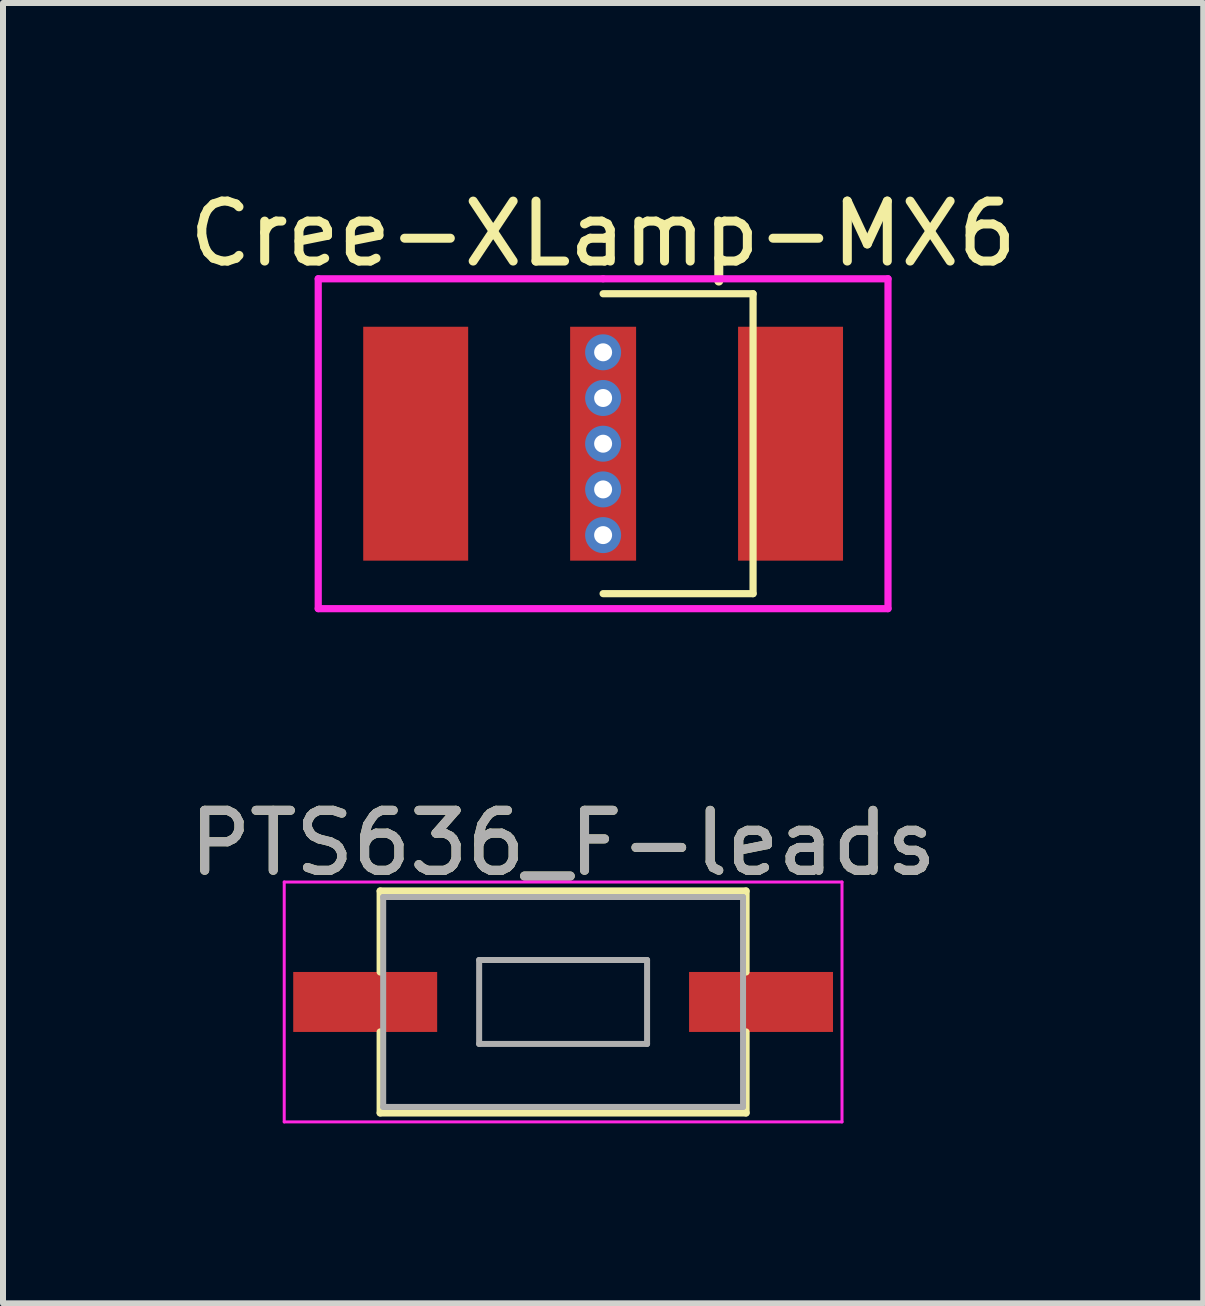
<source format=kicad_pcb>
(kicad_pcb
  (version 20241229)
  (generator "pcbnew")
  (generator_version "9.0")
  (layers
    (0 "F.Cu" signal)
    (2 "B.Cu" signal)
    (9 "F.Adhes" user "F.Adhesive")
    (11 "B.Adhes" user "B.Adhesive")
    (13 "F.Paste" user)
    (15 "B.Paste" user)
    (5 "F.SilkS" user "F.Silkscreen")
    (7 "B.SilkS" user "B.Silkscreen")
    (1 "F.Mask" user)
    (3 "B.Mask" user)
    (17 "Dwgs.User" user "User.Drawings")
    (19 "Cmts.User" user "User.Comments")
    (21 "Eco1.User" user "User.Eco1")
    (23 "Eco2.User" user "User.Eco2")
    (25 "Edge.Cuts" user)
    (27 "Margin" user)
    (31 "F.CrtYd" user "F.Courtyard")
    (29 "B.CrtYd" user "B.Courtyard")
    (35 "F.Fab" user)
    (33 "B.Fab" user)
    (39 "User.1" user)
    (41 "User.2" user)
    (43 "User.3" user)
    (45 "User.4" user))
  (footprint "Cree-XLamp-MX6"
    (layer "F.Cu")
    (at 7.006 4.348)
    (property "Reference" "Cree-XLamp-MX6" (at 0 -3.5 0) (layer "F.SilkS") (effects (font (size 1 1) (thickness 0.15))))
    (attr through_hole)
    (fp_line (start 2.5 -2.5) (end 0 -2.5) (stroke (width 0.12) (type solid)) (layer "F.SilkS"))
    (fp_line (start 2.5 -2.5) (end 2.5 2.5) (stroke (width 0.12) (type solid)) (layer "F.SilkS"))
    (fp_line (start 2.5 2.5) (end 0 2.5) (stroke (width 0.12) (type solid)) (layer "F.SilkS"))
    (fp_line (start -4.75 -2.75) (end 0 -2.75) (stroke (width 0.12) (type solid)) (layer "F.CrtYd"))
    (fp_line (start -4.75 2.75) (end -4.75 -2.75) (stroke (width 0.12) (type solid)) (layer "F.CrtYd"))
    (fp_line (start 0 -2.75) (end 4.75 -2.75) (stroke (width 0.12) (type solid)) (layer "F.CrtYd"))
    (fp_line (start 4.75 -2.75) (end 4.75 2.75) (stroke (width 0.12) (type solid)) (layer "F.CrtYd"))
    (fp_line (start 4.75 2.75) (end -4.75 2.75) (stroke (width 0.12) (type solid)) (layer "F.CrtYd"))
    (pad "1" smd rect (at 3.125 0) (size 1.75 3.9) (layers "F.Cu" "F.Mask" "F.Paste"))
    (pad "2" smd rect (at -3.125 0) (size 1.75 3.9) (layers "F.Cu" "F.Mask" "F.Paste"))
    (pad "3" thru_hole circle (at 0 -1.524) (size 0.6 0.6) (drill 0.3) (layers "*.Cu" "*.Mask"))
    (pad "3" thru_hole circle (at 0 -0.762) (size 0.6 0.6) (drill 0.3) (layers "*.Cu" "*.Mask"))
    (pad "3" thru_hole circle (at 0 0) (size 0.6 0.6) (drill 0.3) (layers "*.Cu" "*.Mask"))
    (pad "3" smd rect (at 0 0) (size 1.1 3.9) (layers "F.Cu" "F.Mask" "F.Paste"))
    (pad "3" thru_hole circle (at 0 0.762) (size 0.6 0.6) (drill 0.3) (layers "*.Cu" "*.Mask"))
    (pad "3" thru_hole circle (at 0 1.524) (size 0.6 0.6) (drill 0.3) (layers "*.Cu" "*.Mask")))
  (footprint "PTS636_F-leads"
    (layer "F.Cu")
    (at 6.339 13.656)
    (property "Reference" "PTS636_F-leads" (at 0 -2.65 0) (layer "F.SilkS") (effects (font (size 1 1) (thickness 0.15))))
    (attr smd)
    (fp_line (start -3.05 -1.85) (end -3.05 -0.5) (stroke (width 0.12) (type solid)) (layer "F.SilkS"))
    (fp_line (start -3.05 0.5) (end -3.05 1.85) (stroke (width 0.12) (type solid)) (layer "F.SilkS"))
    (fp_line (start -3.05 1.85) (end 3.05 1.85) (stroke (width 0.12) (type solid)) (layer "F.SilkS"))
    (fp_line (start 3.05 -1.85) (end -3.05 -1.85) (stroke (width 0.12) (type solid)) (layer "F.SilkS"))
    (fp_line (start 3.05 -1.85) (end 3.05 -0.5) (stroke (width 0.12) (type solid)) (layer "F.SilkS"))
    (fp_line (start 3.05 1.85) (end 3.05 0.5) (stroke (width 0.12) (type solid)) (layer "F.SilkS"))
    (fp_line (start -4.65 -2) (end 4.65 -2) (stroke (width 0.05) (type solid)) (layer "F.CrtYd"))
    (fp_line (start -4.65 2) (end -4.65 -2) (stroke (width 0.05) (type solid)) (layer "F.CrtYd"))
    (fp_line (start 4.65 -2) (end 4.65 2) (stroke (width 0.05) (type solid)) (layer "F.CrtYd"))
    (fp_line (start 4.65 2) (end -4.65 2) (stroke (width 0.05) (type solid)) (layer "F.CrtYd"))
    (fp_line (start -3 -1.75) (end 3 -1.75) (stroke (width 0.1) (type solid)) (layer "F.Fab"))
    (fp_line (start -3 1.75) (end -3 -1.75) (stroke (width 0.1) (type solid)) (layer "F.Fab"))
    (fp_line (start -1.4 -0.7) (end 1.4 -0.7) (stroke (width 0.1) (type solid)) (layer "F.Fab"))
    (fp_line (start -1.4 0.7) (end -1.4 -0.7) (stroke (width 0.1) (type solid)) (layer "F.Fab"))
    (fp_line (start 1.4 -0.7) (end 1.4 0.7) (stroke (width 0.1) (type solid)) (layer "F.Fab"))
    (fp_line (start 1.4 0.7) (end -1.4 0.7) (stroke (width 0.1) (type solid)) (layer "F.Fab"))
    (fp_line (start 3 -1.75) (end 3 1.75) (stroke (width 0.1) (type solid)) (layer "F.Fab"))
    (fp_line (start 3 1.75) (end -3 1.75) (stroke (width 0.1) (type solid)) (layer "F.Fab"))
    (fp_text user "${REFERENCE}" (at 0 -2.65 0) (layer "F.Fab") (effects (font (size 1 1) (thickness 0.15))))
    (pad "1" smd rect (at -3.3 0) (size 2.4 1) (layers "F.Cu" "F.Mask" "F.Paste"))
    (pad "2" smd rect (at 3.3 0) (size 2.4 1) (layers "F.Cu" "F.Mask" "F.Paste")))
  (gr_rect
    (start -3 -3)
    (end 17.012 18.681)
    (stroke (width 0.1) (type default))
    (fill no)
    (layer "Edge.Cuts")))
</source>
